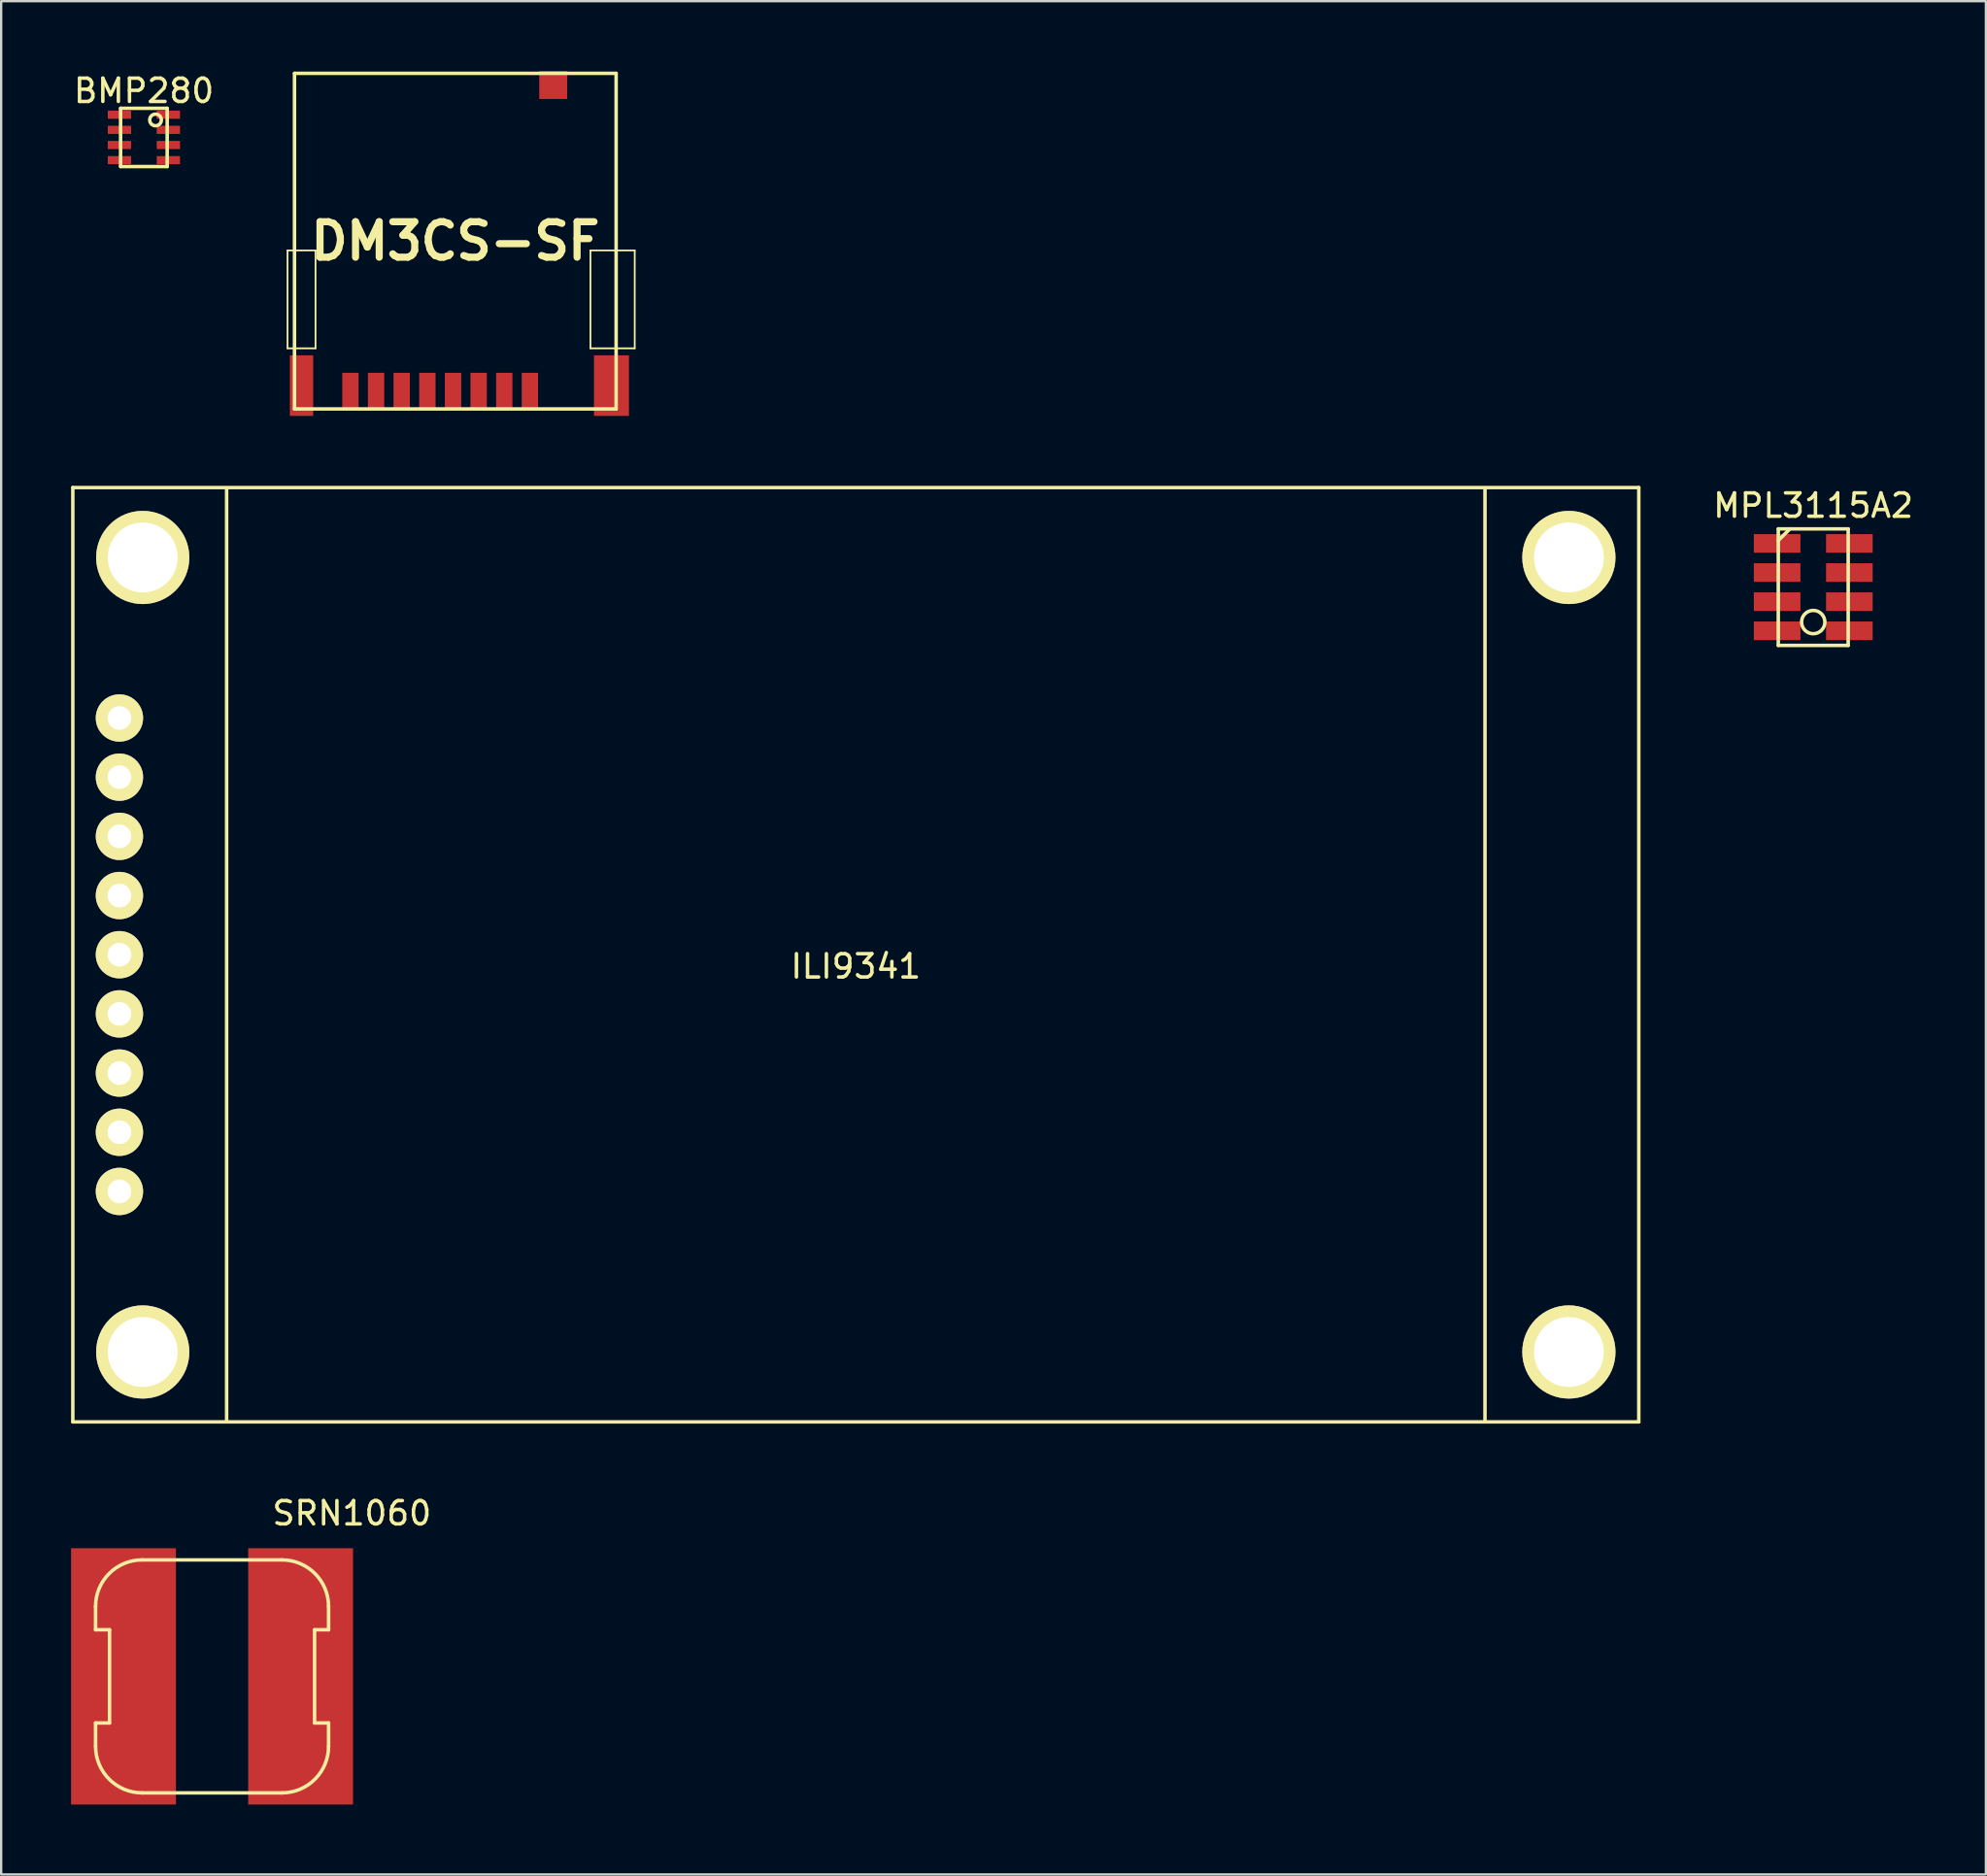
<source format=kicad_pcb>
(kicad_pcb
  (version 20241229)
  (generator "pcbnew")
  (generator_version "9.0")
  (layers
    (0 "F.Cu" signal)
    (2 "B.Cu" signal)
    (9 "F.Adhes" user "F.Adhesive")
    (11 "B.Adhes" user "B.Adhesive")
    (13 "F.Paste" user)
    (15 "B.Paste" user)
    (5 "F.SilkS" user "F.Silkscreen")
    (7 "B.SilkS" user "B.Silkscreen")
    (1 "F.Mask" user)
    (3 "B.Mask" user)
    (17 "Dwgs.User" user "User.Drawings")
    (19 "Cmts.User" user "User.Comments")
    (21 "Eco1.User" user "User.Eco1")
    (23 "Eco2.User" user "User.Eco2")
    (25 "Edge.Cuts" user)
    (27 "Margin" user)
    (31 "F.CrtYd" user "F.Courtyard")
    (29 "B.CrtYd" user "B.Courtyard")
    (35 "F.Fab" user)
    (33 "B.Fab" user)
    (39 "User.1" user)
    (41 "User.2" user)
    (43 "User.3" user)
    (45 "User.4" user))
  (footprint "DM3CS-SF"
    (layer "F.Cu")
    (at 16.489 7.3)
    (property "Reference" "DM3CS-SF" (at 0 0 0) (layer "F.SilkS") (effects (font (size 1.524 1.524) (thickness 0.305))))
    (attr through_hole)
    (fp_line (start -7.201 0.399) (end -7.201 4.6) (stroke (width 0.076) (type solid)) (layer "F.SilkS"))
    (fp_line (start -7.201 4.6) (end -5.999 4.6) (stroke (width 0.076) (type solid)) (layer "F.SilkS"))
    (fp_line (start -6.901 -7.201) (end 6.901 -7.201) (stroke (width 0.15) (type solid)) (layer "F.SilkS"))
    (fp_line (start -6.901 7.201) (end -6.901 -7.201) (stroke (width 0.15) (type solid)) (layer "F.SilkS"))
    (fp_line (start -5.999 0.399) (end -7.201 0.399) (stroke (width 0.076) (type solid)) (layer "F.SilkS"))
    (fp_line (start -5.999 4.6) (end -5.999 0.399) (stroke (width 0.076) (type solid)) (layer "F.SilkS"))
    (fp_line (start 5.799 0.399) (end 7.699 0.399) (stroke (width 0.076) (type solid)) (layer "F.SilkS"))
    (fp_line (start 5.799 4.6) (end 5.799 0.399) (stroke (width 0.076) (type solid)) (layer "F.SilkS"))
    (fp_line (start 6.901 -7.201) (end 6.901 7.201) (stroke (width 0.15) (type solid)) (layer "F.SilkS"))
    (fp_line (start 6.901 7.201) (end -6.901 7.201) (stroke (width 0.15) (type solid)) (layer "F.SilkS"))
    (fp_line (start 7.699 0.399) (end 7.699 4.6) (stroke (width 0.076) (type solid)) (layer "F.SilkS"))
    (fp_line (start 7.699 4.6) (end 5.799 4.6) (stroke (width 0.076) (type solid)) (layer "F.SilkS"))
    (pad "0" smd rect (at -6.599 6.2) (size 1.001 2.601) (layers "F.Cu" "F.Mask" "F.Paste"))
    (pad "0" smd rect (at 4.201 -6.701) (size 1.199 1.199) (layers "F.Cu" "F.Mask" "F.Paste"))
    (pad "0" smd rect (at 6.701 6.2) (size 1.501 2.601) (layers "F.Cu" "F.Mask" "F.Paste"))
    (pad "1" smd rect (at 3.2 6.401) (size 0.701 1.501) (layers "F.Cu" "F.Mask" "F.Paste"))
    (pad "2" smd rect (at 2.101 6.401) (size 0.701 1.501) (layers "F.Cu" "F.Mask" "F.Paste"))
    (pad "3" smd rect (at 1.001 6.401) (size 0.701 1.501) (layers "F.Cu" "F.Mask" "F.Paste"))
    (pad "4" smd rect (at -0.099 6.401) (size 0.701 1.501) (layers "F.Cu" "F.Mask" "F.Paste"))
    (pad "5" smd rect (at -1.199 6.401) (size 0.701 1.501) (layers "F.Cu" "F.Mask" "F.Paste"))
    (pad "6" smd rect (at -2.301 6.401) (size 0.701 1.501) (layers "F.Cu" "F.Mask" "F.Paste"))
    (pad "7" smd rect (at -3.401 6.401) (size 0.701 1.501) (layers "F.Cu" "F.Mask" "F.Paste"))
    (pad "8" smd rect (at -4.501 6.401) (size 0.701 1.501) (layers "F.Cu" "F.Mask" "F.Paste")))
  (footprint "MPL3115A2"
    (layer "F.Cu")
    (at 74.761 22.149)
    (property "Reference" "MPL3115A2" (at 0 -3.5 0) (layer "F.SilkS") (effects (font (size 1 1) (thickness 0.15))))
    (attr through_hole)
    (fp_line (start -1.5 -2.5) (end 1.5 -2.5) (stroke (width 0.15) (type solid)) (layer "F.SilkS"))
    (fp_line (start -1.5 -2) (end -1 -2.5) (stroke (width 0.15) (type solid)) (layer "F.SilkS"))
    (fp_line (start -1.5 2.5) (end -1.5 -2.5) (stroke (width 0.15) (type solid)) (layer "F.SilkS"))
    (fp_line (start 1.5 -2.5) (end 1.5 2.5) (stroke (width 0.15) (type solid)) (layer "F.SilkS"))
    (fp_line (start 1.5 2.5) (end -1.5 2.5) (stroke (width 0.15) (type solid)) (layer "F.SilkS"))
    (fp_circle (center 0 1.5) (end 0.5 1.5) (stroke (width 0.15) (type solid)) (fill no) (layer "F.SilkS"))
    (pad "1" smd rect (at -1.55 -1.875) (size 2 0.8) (layers "F.Cu" "F.Mask" "F.Paste"))
    (pad "2" smd rect (at -1.55 -0.625) (size 2 0.8) (layers "F.Cu" "F.Mask" "F.Paste"))
    (pad "3" smd rect (at -1.55 0.625) (size 2 0.8) (layers "F.Cu" "F.Mask" "F.Paste"))
    (pad "4" smd rect (at -1.55 1.875) (size 2 0.8) (layers "F.Cu" "F.Mask" "F.Paste"))
    (pad "5" smd rect (at 1.55 1.875) (size 2 0.8) (layers "F.Cu" "F.Mask" "F.Paste"))
    (pad "6" smd rect (at 1.55 0.625) (size 2 0.8) (layers "F.Cu" "F.Mask" "F.Paste"))
    (pad "7" smd rect (at 1.55 -0.625) (size 2 0.8) (layers "F.Cu" "F.Mask" "F.Paste"))
    (pad "8" smd rect (at 1.55 -1.875) (size 2 0.8) (layers "F.Cu" "F.Mask" "F.Paste")))
  (footprint "ILI9341"
    (layer "F.Cu")
    (at 33.675 37.926)
    (property "Reference" "ILI9341" (at 0 0.5 0) (layer "F.SilkS") (effects (font (size 1 1) (thickness 0.15))))
    (attr through_hole)
    (fp_line (start -33.6 -20.05) (end -33.6 20.05) (stroke (width 0.15) (type solid)) (layer "F.SilkS"))
    (fp_line (start -33.6 -20.05) (end 33.6 -20.05) (stroke (width 0.15) (type solid)) (layer "F.SilkS"))
    (fp_line (start -33.6 20.05) (end 33.6 20.05) (stroke (width 0.15) (type solid)) (layer "F.SilkS"))
    (fp_line (start -27 -20) (end -27 20) (stroke (width 0.15) (type solid)) (layer "F.SilkS"))
    (fp_line (start 27 20) (end 27 -20) (stroke (width 0.15) (type solid)) (layer "F.SilkS"))
    (fp_line (start 33.6 -20.05) (end 33.6 20.05) (stroke (width 0.15) (type solid)) (layer "F.SilkS"))
    (pad "" np_thru_hole circle (at -30.6 -17.05) (size 4 4) (drill 3) (layers "*.Cu" "*.Mask" "F.SilkS"))
    (pad "" np_thru_hole circle (at -30.6 17.05) (size 4 4) (drill 3) (layers "*.Cu" "*.Mask" "F.SilkS"))
    (pad "" np_thru_hole circle (at 30.6 -17.05) (size 4 4) (drill 3) (layers "*.Cu" "*.Mask" "F.SilkS"))
    (pad "" np_thru_hole circle (at 30.6 17.05) (size 4 4) (drill 3) (layers "*.Cu" "*.Mask" "F.SilkS"))
    (pad "1" thru_hole circle (at -31.6 -10.16) (size 2.032 2.032) (drill 1.016) (layers "*.Cu" "*.Mask" "F.SilkS"))
    (pad "2" thru_hole circle (at -31.6 -7.62) (size 2.032 2.032) (drill 1.016) (layers "*.Cu" "*.Mask" "F.SilkS"))
    (pad "3" thru_hole circle (at -31.6 -5.08) (size 2.032 2.032) (drill 1.016) (layers "*.Cu" "*.Mask" "F.SilkS"))
    (pad "4" thru_hole circle (at -31.6 -2.54) (size 2.032 2.032) (drill 1.016) (layers "*.Cu" "*.Mask" "F.SilkS"))
    (pad "5" thru_hole circle (at -31.6 0) (size 2.032 2.032) (drill 1.016) (layers "*.Cu" "*.Mask" "F.SilkS"))
    (pad "6" thru_hole circle (at -31.6 2.54) (size 2.032 2.032) (drill 1.016) (layers "*.Cu" "*.Mask" "F.SilkS"))
    (pad "7" thru_hole circle (at -31.6 5.08) (size 2.032 2.032) (drill 1.016) (layers "*.Cu" "*.Mask" "F.SilkS"))
    (pad "8" thru_hole circle (at -31.6 7.62) (size 2.032 2.032) (drill 1.016) (layers "*.Cu" "*.Mask" "F.SilkS"))
    (pad "9" thru_hole circle (at -31.6 10.16) (size 2.032 2.032) (drill 1.016) (layers "*.Cu" "*.Mask" "F.SilkS")))
  (footprint "BMP280"
    (layer "F.Cu")
    (at 3.125 2.848)
    (property "Reference" "BMP280" (at 0 -2 0) (layer "F.SilkS") (effects (font (size 1 1) (thickness 0.15))))
    (attr through_hole)
    (fp_line (start -1 -1.25) (end -1 1.25) (stroke (width 0.15) (type solid)) (layer "F.SilkS"))
    (fp_line (start -1 1.25) (end 1 1.25) (stroke (width 0.15) (type solid)) (layer "F.SilkS"))
    (fp_line (start 1 -1.25) (end -1 -1.25) (stroke (width 0.15) (type solid)) (layer "F.SilkS"))
    (fp_line (start 1 1.25) (end 1 -1.25) (stroke (width 0.15) (type solid)) (layer "F.SilkS"))
    (fp_circle (center 0.5 -0.75) (end 0.5 -0.5) (stroke (width 0.15) (type solid)) (fill no) (layer "F.SilkS"))
    (pad "1" smd rect (at 1.05 -0.975) (size 1 0.35) (layers "F.Cu" "F.Mask" "F.Paste"))
    (pad "2" smd rect (at 1.05 -0.325) (size 1 0.35) (layers "F.Cu" "F.Mask" "F.Paste"))
    (pad "3" smd rect (at 1.05 0.325) (size 1 0.35) (layers "F.Cu" "F.Mask" "F.Paste"))
    (pad "4" smd rect (at 1.05 0.975) (size 1 0.35) (layers "F.Cu" "F.Mask" "F.Paste"))
    (pad "5" smd rect (at -1.05 0.975) (size 1 0.35) (layers "F.Cu" "F.Mask" "F.Paste"))
    (pad "6" smd rect (at -1.05 0.325) (size 1 0.35) (layers "F.Cu" "F.Mask" "F.Paste"))
    (pad "7" smd rect (at -1.05 -0.325) (size 1 0.35) (layers "F.Cu" "F.Mask" "F.Paste"))
    (pad "8" smd rect (at -1.05 -0.975) (size 1 0.35) (layers "F.Cu" "F.Mask" "F.Paste")))
  (footprint "SRN1060"
    (layer "F.Cu")
    (at 6.05 68.899)
    (property "Reference" "SRN1060" (at 6 -7 0) (layer "F.SilkS") (effects (font (size 1 1) (thickness 0.15))))
    (attr through_hole)
    (fp_line (start -5 -3) (end -5 -2) (stroke (width 0.15) (type solid)) (layer "F.SilkS"))
    (fp_line (start -5 -2) (end -4.4 -2) (stroke (width 0.15) (type solid)) (layer "F.SilkS"))
    (fp_line (start -5 2) (end -5 3) (stroke (width 0.15) (type solid)) (layer "F.SilkS"))
    (fp_line (start -4.4 -2) (end -4.4 2) (stroke (width 0.15) (type solid)) (layer "F.SilkS"))
    (fp_line (start -4.4 2) (end -5 2) (stroke (width 0.15) (type solid)) (layer "F.SilkS"))
    (fp_line (start -3 5) (end 3 5) (stroke (width 0.15) (type solid)) (layer "F.SilkS"))
    (fp_line (start 3 -5) (end -3 -5) (stroke (width 0.15) (type solid)) (layer "F.SilkS"))
    (fp_line (start 4.4 -2) (end 4.4 2) (stroke (width 0.15) (type solid)) (layer "F.SilkS"))
    (fp_line (start 4.4 2) (end 5 2) (stroke (width 0.15) (type solid)) (layer "F.SilkS"))
    (fp_line (start 5 -3) (end 5 -2) (stroke (width 0.15) (type solid)) (layer "F.SilkS"))
    (fp_line (start 5 -2) (end 4.4 -2) (stroke (width 0.15) (type solid)) (layer "F.SilkS"))
    (fp_line (start 5 2) (end 5 3) (stroke (width 0.15) (type solid)) (layer "F.SilkS"))
    (fp_arc (start -5 -3) (mid -4.414214 -4.414214) (end -3 -5) (stroke (width 0.15) (type solid)) (layer "F.SilkS"))
    (fp_arc (start -3 5) (mid -4.414214 4.414214) (end -5 3) (stroke (width 0.15) (type solid)) (layer "F.SilkS"))
    (fp_arc (start 3 -5) (mid 4.414214 -4.414214) (end 5 -3) (stroke (width 0.15) (type solid)) (layer "F.SilkS"))
    (fp_arc (start 5 3) (mid 4.414214 4.414214) (end 3 5) (stroke (width 0.15) (type solid)) (layer "F.SilkS"))
    (pad "1" smd rect (at -3.8 0) (size 4.5 11) (layers "F.Cu" "F.Mask" "F.Paste"))
    (pad "2" smd rect (at 3.8 0) (size 4.5 11) (layers "F.Cu" "F.Mask" "F.Paste")))
  (gr_rect
    (start -3 -3)
    (end 82.171 77.399)
    (stroke (width 0.1) (type default))
    (fill no)
    (layer "Edge.Cuts")))
</source>
